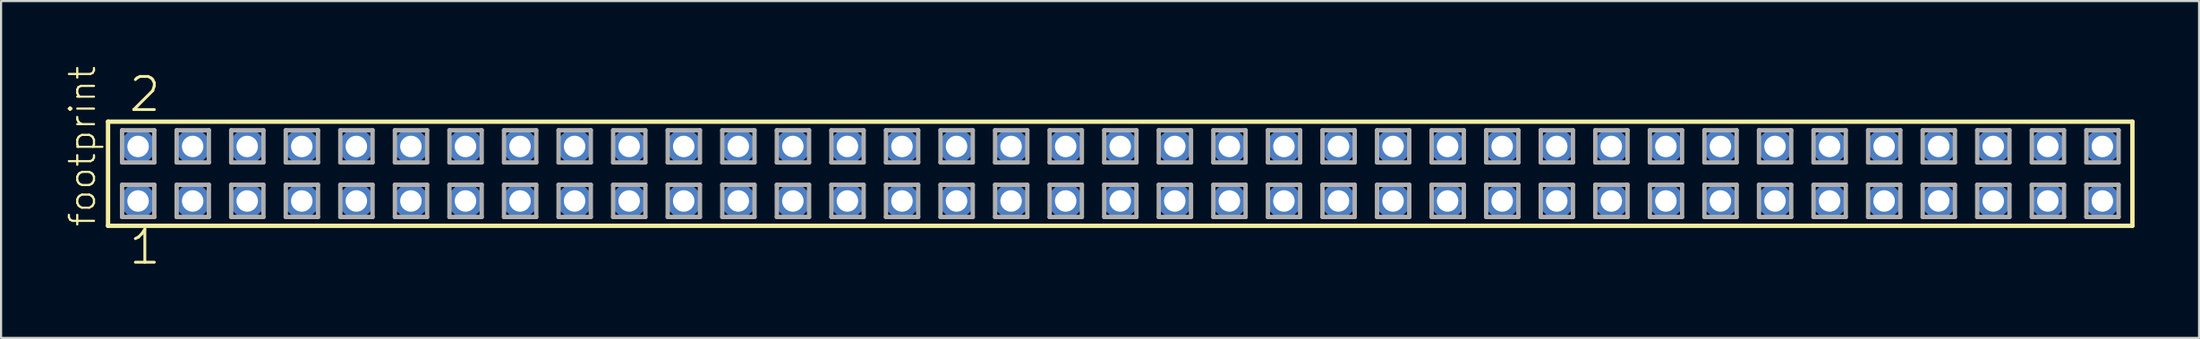
<source format=kicad_pcb>
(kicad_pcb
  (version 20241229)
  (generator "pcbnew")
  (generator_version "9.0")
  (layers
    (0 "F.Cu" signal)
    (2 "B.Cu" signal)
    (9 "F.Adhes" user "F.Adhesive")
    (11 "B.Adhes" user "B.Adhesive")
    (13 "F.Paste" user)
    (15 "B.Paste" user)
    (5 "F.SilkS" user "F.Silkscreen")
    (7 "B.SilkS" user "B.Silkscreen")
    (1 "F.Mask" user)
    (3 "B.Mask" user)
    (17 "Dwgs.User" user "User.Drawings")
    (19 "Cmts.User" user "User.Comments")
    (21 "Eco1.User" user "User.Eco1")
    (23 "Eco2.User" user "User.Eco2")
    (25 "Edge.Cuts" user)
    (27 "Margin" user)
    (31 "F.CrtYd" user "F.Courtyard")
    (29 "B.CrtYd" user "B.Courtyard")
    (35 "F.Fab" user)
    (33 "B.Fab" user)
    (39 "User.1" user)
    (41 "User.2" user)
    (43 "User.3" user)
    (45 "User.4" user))
  (footprint "footprint"
    (layer "F.Cu")
    (at 49.098 5.042)
    (property "Reference" "footprint" (at -47.625 2.54 90) (layer "F.SilkS") (effects (font (size 1.168 1.168) (thickness 0.102)) (justify left bottom)))
    (fp_line (start -47.119 -2.425) (end 47.119 -2.425) (stroke (width 0.203) (type solid)) (layer "F.SilkS"))
    (fp_line (start -47.119 2.425) (end -47.119 -2.425) (stroke (width 0.203) (type solid)) (layer "F.SilkS"))
    (fp_line (start 47.119 -2.425) (end 47.119 2.425) (stroke (width 0.203) (type solid)) (layer "F.SilkS"))
    (fp_line (start 47.119 2.425) (end -47.119 2.425) (stroke (width 0.203) (type solid)) (layer "F.SilkS"))
    (fp_line (start -46.465 -2.025) (end -44.965 -2.025) (stroke (width 0.203) (type solid)) (layer "F.Fab"))
    (fp_line (start -46.465 -0.525) (end -46.465 -2.025) (stroke (width 0.203) (type solid)) (layer "F.Fab"))
    (fp_line (start -46.465 0.515) (end -44.965 0.515) (stroke (width 0.203) (type solid)) (layer "F.Fab"))
    (fp_line (start -46.465 2.015) (end -46.465 0.515) (stroke (width 0.203) (type solid)) (layer "F.Fab"))
    (fp_line (start -44.965 -2.025) (end -44.965 -0.525) (stroke (width 0.203) (type solid)) (layer "F.Fab"))
    (fp_line (start -44.965 -0.525) (end -46.465 -0.525) (stroke (width 0.203) (type solid)) (layer "F.Fab"))
    (fp_line (start -44.965 0.515) (end -44.965 2.015) (stroke (width 0.203) (type solid)) (layer "F.Fab"))
    (fp_line (start -44.965 2.015) (end -46.465 2.015) (stroke (width 0.203) (type solid)) (layer "F.Fab"))
    (fp_line (start -43.925 -2.025) (end -42.425 -2.025) (stroke (width 0.203) (type solid)) (layer "F.Fab"))
    (fp_line (start -43.925 -0.525) (end -43.925 -2.025) (stroke (width 0.203) (type solid)) (layer "F.Fab"))
    (fp_line (start -43.925 0.515) (end -42.425 0.515) (stroke (width 0.203) (type solid)) (layer "F.Fab"))
    (fp_line (start -43.925 2.015) (end -43.925 0.515) (stroke (width 0.203) (type solid)) (layer "F.Fab"))
    (fp_line (start -42.425 -2.025) (end -42.425 -0.525) (stroke (width 0.203) (type solid)) (layer "F.Fab"))
    (fp_line (start -42.425 -0.525) (end -43.925 -0.525) (stroke (width 0.203) (type solid)) (layer "F.Fab"))
    (fp_line (start -42.425 0.515) (end -42.425 2.015) (stroke (width 0.203) (type solid)) (layer "F.Fab"))
    (fp_line (start -42.425 2.015) (end -43.925 2.015) (stroke (width 0.203) (type solid)) (layer "F.Fab"))
    (fp_line (start -41.385 -2.025) (end -39.885 -2.025) (stroke (width 0.203) (type solid)) (layer "F.Fab"))
    (fp_line (start -41.385 -0.525) (end -41.385 -2.025) (stroke (width 0.203) (type solid)) (layer "F.Fab"))
    (fp_line (start -41.385 0.515) (end -39.885 0.515) (stroke (width 0.203) (type solid)) (layer "F.Fab"))
    (fp_line (start -41.385 2.015) (end -41.385 0.515) (stroke (width 0.203) (type solid)) (layer "F.Fab"))
    (fp_line (start -39.885 -2.025) (end -39.885 -0.525) (stroke (width 0.203) (type solid)) (layer "F.Fab"))
    (fp_line (start -39.885 -0.525) (end -41.385 -0.525) (stroke (width 0.203) (type solid)) (layer "F.Fab"))
    (fp_line (start -39.885 0.515) (end -39.885 2.015) (stroke (width 0.203) (type solid)) (layer "F.Fab"))
    (fp_line (start -39.885 2.015) (end -41.385 2.015) (stroke (width 0.203) (type solid)) (layer "F.Fab"))
    (fp_line (start -38.845 -2.025) (end -37.345 -2.025) (stroke (width 0.203) (type solid)) (layer "F.Fab"))
    (fp_line (start -38.845 -0.525) (end -38.845 -2.025) (stroke (width 0.203) (type solid)) (layer "F.Fab"))
    (fp_line (start -38.845 0.515) (end -37.345 0.515) (stroke (width 0.203) (type solid)) (layer "F.Fab"))
    (fp_line (start -38.845 2.015) (end -38.845 0.515) (stroke (width 0.203) (type solid)) (layer "F.Fab"))
    (fp_line (start -37.345 -2.025) (end -37.345 -0.525) (stroke (width 0.203) (type solid)) (layer "F.Fab"))
    (fp_line (start -37.345 -0.525) (end -38.845 -0.525) (stroke (width 0.203) (type solid)) (layer "F.Fab"))
    (fp_line (start -37.345 0.515) (end -37.345 2.015) (stroke (width 0.203) (type solid)) (layer "F.Fab"))
    (fp_line (start -37.345 2.015) (end -38.845 2.015) (stroke (width 0.203) (type solid)) (layer "F.Fab"))
    (fp_line (start -36.305 -2.025) (end -34.805 -2.025) (stroke (width 0.203) (type solid)) (layer "F.Fab"))
    (fp_line (start -36.305 -0.525) (end -36.305 -2.025) (stroke (width 0.203) (type solid)) (layer "F.Fab"))
    (fp_line (start -36.305 0.515) (end -34.805 0.515) (stroke (width 0.203) (type solid)) (layer "F.Fab"))
    (fp_line (start -36.305 2.015) (end -36.305 0.515) (stroke (width 0.203) (type solid)) (layer "F.Fab"))
    (fp_line (start -34.805 -2.025) (end -34.805 -0.525) (stroke (width 0.203) (type solid)) (layer "F.Fab"))
    (fp_line (start -34.805 -0.525) (end -36.305 -0.525) (stroke (width 0.203) (type solid)) (layer "F.Fab"))
    (fp_line (start -34.805 0.515) (end -34.805 2.015) (stroke (width 0.203) (type solid)) (layer "F.Fab"))
    (fp_line (start -34.805 2.015) (end -36.305 2.015) (stroke (width 0.203) (type solid)) (layer "F.Fab"))
    (fp_line (start -33.765 -2.025) (end -32.265 -2.025) (stroke (width 0.203) (type solid)) (layer "F.Fab"))
    (fp_line (start -33.765 -0.525) (end -33.765 -2.025) (stroke (width 0.203) (type solid)) (layer "F.Fab"))
    (fp_line (start -33.765 0.515) (end -32.265 0.515) (stroke (width 0.203) (type solid)) (layer "F.Fab"))
    (fp_line (start -33.765 2.015) (end -33.765 0.515) (stroke (width 0.203) (type solid)) (layer "F.Fab"))
    (fp_line (start -32.265 -2.025) (end -32.265 -0.525) (stroke (width 0.203) (type solid)) (layer "F.Fab"))
    (fp_line (start -32.265 -0.525) (end -33.765 -0.525) (stroke (width 0.203) (type solid)) (layer "F.Fab"))
    (fp_line (start -32.265 0.515) (end -32.265 2.015) (stroke (width 0.203) (type solid)) (layer "F.Fab"))
    (fp_line (start -32.265 2.015) (end -33.765 2.015) (stroke (width 0.203) (type solid)) (layer "F.Fab"))
    (fp_line (start -31.225 -2.025) (end -29.725 -2.025) (stroke (width 0.203) (type solid)) (layer "F.Fab"))
    (fp_line (start -31.225 -0.525) (end -31.225 -2.025) (stroke (width 0.203) (type solid)) (layer "F.Fab"))
    (fp_line (start -31.225 0.515) (end -29.725 0.515) (stroke (width 0.203) (type solid)) (layer "F.Fab"))
    (fp_line (start -31.225 2.015) (end -31.225 0.515) (stroke (width 0.203) (type solid)) (layer "F.Fab"))
    (fp_line (start -29.725 -2.025) (end -29.725 -0.525) (stroke (width 0.203) (type solid)) (layer "F.Fab"))
    (fp_line (start -29.725 -0.525) (end -31.225 -0.525) (stroke (width 0.203) (type solid)) (layer "F.Fab"))
    (fp_line (start -29.725 0.515) (end -29.725 2.015) (stroke (width 0.203) (type solid)) (layer "F.Fab"))
    (fp_line (start -29.725 2.015) (end -31.225 2.015) (stroke (width 0.203) (type solid)) (layer "F.Fab"))
    (fp_line (start -28.685 -2.025) (end -27.185 -2.025) (stroke (width 0.203) (type solid)) (layer "F.Fab"))
    (fp_line (start -28.685 -0.525) (end -28.685 -2.025) (stroke (width 0.203) (type solid)) (layer "F.Fab"))
    (fp_line (start -28.685 0.515) (end -27.185 0.515) (stroke (width 0.203) (type solid)) (layer "F.Fab"))
    (fp_line (start -28.685 2.015) (end -28.685 0.515) (stroke (width 0.203) (type solid)) (layer "F.Fab"))
    (fp_line (start -27.185 -2.025) (end -27.185 -0.525) (stroke (width 0.203) (type solid)) (layer "F.Fab"))
    (fp_line (start -27.185 -0.525) (end -28.685 -0.525) (stroke (width 0.203) (type solid)) (layer "F.Fab"))
    (fp_line (start -27.185 0.515) (end -27.185 2.015) (stroke (width 0.203) (type solid)) (layer "F.Fab"))
    (fp_line (start -27.185 2.015) (end -28.685 2.015) (stroke (width 0.203) (type solid)) (layer "F.Fab"))
    (fp_line (start -26.145 -2.025) (end -24.645 -2.025) (stroke (width 0.203) (type solid)) (layer "F.Fab"))
    (fp_line (start -26.145 -0.525) (end -26.145 -2.025) (stroke (width 0.203) (type solid)) (layer "F.Fab"))
    (fp_line (start -26.145 0.515) (end -24.645 0.515) (stroke (width 0.203) (type solid)) (layer "F.Fab"))
    (fp_line (start -26.145 2.015) (end -26.145 0.515) (stroke (width 0.203) (type solid)) (layer "F.Fab"))
    (fp_line (start -24.645 -2.025) (end -24.645 -0.525) (stroke (width 0.203) (type solid)) (layer "F.Fab"))
    (fp_line (start -24.645 -0.525) (end -26.145 -0.525) (stroke (width 0.203) (type solid)) (layer "F.Fab"))
    (fp_line (start -24.645 0.515) (end -24.645 2.015) (stroke (width 0.203) (type solid)) (layer "F.Fab"))
    (fp_line (start -24.645 2.015) (end -26.145 2.015) (stroke (width 0.203) (type solid)) (layer "F.Fab"))
    (fp_line (start -23.605 -2.025) (end -22.105 -2.025) (stroke (width 0.203) (type solid)) (layer "F.Fab"))
    (fp_line (start -23.605 -0.525) (end -23.605 -2.025) (stroke (width 0.203) (type solid)) (layer "F.Fab"))
    (fp_line (start -23.605 0.515) (end -22.105 0.515) (stroke (width 0.203) (type solid)) (layer "F.Fab"))
    (fp_line (start -23.605 2.015) (end -23.605 0.515) (stroke (width 0.203) (type solid)) (layer "F.Fab"))
    (fp_line (start -22.105 -2.025) (end -22.105 -0.525) (stroke (width 0.203) (type solid)) (layer "F.Fab"))
    (fp_line (start -22.105 -0.525) (end -23.605 -0.525) (stroke (width 0.203) (type solid)) (layer "F.Fab"))
    (fp_line (start -22.105 0.515) (end -22.105 2.015) (stroke (width 0.203) (type solid)) (layer "F.Fab"))
    (fp_line (start -22.105 2.015) (end -23.605 2.015) (stroke (width 0.203) (type solid)) (layer "F.Fab"))
    (fp_line (start -21.065 -2.025) (end -19.565 -2.025) (stroke (width 0.203) (type solid)) (layer "F.Fab"))
    (fp_line (start -21.065 -0.525) (end -21.065 -2.025) (stroke (width 0.203) (type solid)) (layer "F.Fab"))
    (fp_line (start -21.065 0.515) (end -19.565 0.515) (stroke (width 0.203) (type solid)) (layer "F.Fab"))
    (fp_line (start -21.065 2.015) (end -21.065 0.515) (stroke (width 0.203) (type solid)) (layer "F.Fab"))
    (fp_line (start -19.565 -2.025) (end -19.565 -0.525) (stroke (width 0.203) (type solid)) (layer "F.Fab"))
    (fp_line (start -19.565 -0.525) (end -21.065 -0.525) (stroke (width 0.203) (type solid)) (layer "F.Fab"))
    (fp_line (start -19.565 0.515) (end -19.565 2.015) (stroke (width 0.203) (type solid)) (layer "F.Fab"))
    (fp_line (start -19.565 2.015) (end -21.065 2.015) (stroke (width 0.203) (type solid)) (layer "F.Fab"))
    (fp_line (start -18.525 -2.025) (end -17.025 -2.025) (stroke (width 0.203) (type solid)) (layer "F.Fab"))
    (fp_line (start -18.525 -0.525) (end -18.525 -2.025) (stroke (width 0.203) (type solid)) (layer "F.Fab"))
    (fp_line (start -18.525 0.515) (end -17.025 0.515) (stroke (width 0.203) (type solid)) (layer "F.Fab"))
    (fp_line (start -18.525 2.015) (end -18.525 0.515) (stroke (width 0.203) (type solid)) (layer "F.Fab"))
    (fp_line (start -17.025 -2.025) (end -17.025 -0.525) (stroke (width 0.203) (type solid)) (layer "F.Fab"))
    (fp_line (start -17.025 -0.525) (end -18.525 -0.525) (stroke (width 0.203) (type solid)) (layer "F.Fab"))
    (fp_line (start -17.025 0.515) (end -17.025 2.015) (stroke (width 0.203) (type solid)) (layer "F.Fab"))
    (fp_line (start -17.025 2.015) (end -18.525 2.015) (stroke (width 0.203) (type solid)) (layer "F.Fab"))
    (fp_line (start -15.985 -2.025) (end -14.485 -2.025) (stroke (width 0.203) (type solid)) (layer "F.Fab"))
    (fp_line (start -15.985 -0.525) (end -15.985 -2.025) (stroke (width 0.203) (type solid)) (layer "F.Fab"))
    (fp_line (start -15.985 0.515) (end -14.485 0.515) (stroke (width 0.203) (type solid)) (layer "F.Fab"))
    (fp_line (start -15.985 2.015) (end -15.985 0.515) (stroke (width 0.203) (type solid)) (layer "F.Fab"))
    (fp_line (start -14.485 -2.025) (end -14.485 -0.525) (stroke (width 0.203) (type solid)) (layer "F.Fab"))
    (fp_line (start -14.485 -0.525) (end -15.985 -0.525) (stroke (width 0.203) (type solid)) (layer "F.Fab"))
    (fp_line (start -14.485 0.515) (end -14.485 2.015) (stroke (width 0.203) (type solid)) (layer "F.Fab"))
    (fp_line (start -14.485 2.015) (end -15.985 2.015) (stroke (width 0.203) (type solid)) (layer "F.Fab"))
    (fp_line (start -13.445 -2.025) (end -11.945 -2.025) (stroke (width 0.203) (type solid)) (layer "F.Fab"))
    (fp_line (start -13.445 -0.525) (end -13.445 -2.025) (stroke (width 0.203) (type solid)) (layer "F.Fab"))
    (fp_line (start -13.445 0.515) (end -11.945 0.515) (stroke (width 0.203) (type solid)) (layer "F.Fab"))
    (fp_line (start -13.445 2.015) (end -13.445 0.515) (stroke (width 0.203) (type solid)) (layer "F.Fab"))
    (fp_line (start -11.945 -2.025) (end -11.945 -0.525) (stroke (width 0.203) (type solid)) (layer "F.Fab"))
    (fp_line (start -11.945 -0.525) (end -13.445 -0.525) (stroke (width 0.203) (type solid)) (layer "F.Fab"))
    (fp_line (start -11.945 0.515) (end -11.945 2.015) (stroke (width 0.203) (type solid)) (layer "F.Fab"))
    (fp_line (start -11.945 2.015) (end -13.445 2.015) (stroke (width 0.203) (type solid)) (layer "F.Fab"))
    (fp_line (start -10.905 -2.025) (end -9.405 -2.025) (stroke (width 0.203) (type solid)) (layer "F.Fab"))
    (fp_line (start -10.905 -0.525) (end -10.905 -2.025) (stroke (width 0.203) (type solid)) (layer "F.Fab"))
    (fp_line (start -10.905 0.515) (end -9.405 0.515) (stroke (width 0.203) (type solid)) (layer "F.Fab"))
    (fp_line (start -10.905 2.015) (end -10.905 0.515) (stroke (width 0.203) (type solid)) (layer "F.Fab"))
    (fp_line (start -9.405 -2.025) (end -9.405 -0.525) (stroke (width 0.203) (type solid)) (layer "F.Fab"))
    (fp_line (start -9.405 -0.525) (end -10.905 -0.525) (stroke (width 0.203) (type solid)) (layer "F.Fab"))
    (fp_line (start -9.405 0.515) (end -9.405 2.015) (stroke (width 0.203) (type solid)) (layer "F.Fab"))
    (fp_line (start -9.405 2.015) (end -10.905 2.015) (stroke (width 0.203) (type solid)) (layer "F.Fab"))
    (fp_line (start -8.365 -2.025) (end -6.865 -2.025) (stroke (width 0.203) (type solid)) (layer "F.Fab"))
    (fp_line (start -8.365 -0.525) (end -8.365 -2.025) (stroke (width 0.203) (type solid)) (layer "F.Fab"))
    (fp_line (start -8.365 0.515) (end -6.865 0.515) (stroke (width 0.203) (type solid)) (layer "F.Fab"))
    (fp_line (start -8.365 2.015) (end -8.365 0.515) (stroke (width 0.203) (type solid)) (layer "F.Fab"))
    (fp_line (start -6.865 -2.025) (end -6.865 -0.525) (stroke (width 0.203) (type solid)) (layer "F.Fab"))
    (fp_line (start -6.865 -0.525) (end -8.365 -0.525) (stroke (width 0.203) (type solid)) (layer "F.Fab"))
    (fp_line (start -6.865 0.515) (end -6.865 2.015) (stroke (width 0.203) (type solid)) (layer "F.Fab"))
    (fp_line (start -6.865 2.015) (end -8.365 2.015) (stroke (width 0.203) (type solid)) (layer "F.Fab"))
    (fp_line (start -5.825 -2.025) (end -4.325 -2.025) (stroke (width 0.203) (type solid)) (layer "F.Fab"))
    (fp_line (start -5.825 -0.525) (end -5.825 -2.025) (stroke (width 0.203) (type solid)) (layer "F.Fab"))
    (fp_line (start -5.825 0.515) (end -4.325 0.515) (stroke (width 0.203) (type solid)) (layer "F.Fab"))
    (fp_line (start -5.825 2.015) (end -5.825 0.515) (stroke (width 0.203) (type solid)) (layer "F.Fab"))
    (fp_line (start -4.325 -2.025) (end -4.325 -0.525) (stroke (width 0.203) (type solid)) (layer "F.Fab"))
    (fp_line (start -4.325 -0.525) (end -5.825 -0.525) (stroke (width 0.203) (type solid)) (layer "F.Fab"))
    (fp_line (start -4.325 0.515) (end -4.325 2.015) (stroke (width 0.203) (type solid)) (layer "F.Fab"))
    (fp_line (start -4.325 2.015) (end -5.825 2.015) (stroke (width 0.203) (type solid)) (layer "F.Fab"))
    (fp_line (start -3.285 -2.025) (end -1.785 -2.025) (stroke (width 0.203) (type solid)) (layer "F.Fab"))
    (fp_line (start -3.285 -0.525) (end -3.285 -2.025) (stroke (width 0.203) (type solid)) (layer "F.Fab"))
    (fp_line (start -3.285 0.515) (end -1.785 0.515) (stroke (width 0.203) (type solid)) (layer "F.Fab"))
    (fp_line (start -3.285 2.015) (end -3.285 0.515) (stroke (width 0.203) (type solid)) (layer "F.Fab"))
    (fp_line (start -1.785 -2.025) (end -1.785 -0.525) (stroke (width 0.203) (type solid)) (layer "F.Fab"))
    (fp_line (start -1.785 -0.525) (end -3.285 -0.525) (stroke (width 0.203) (type solid)) (layer "F.Fab"))
    (fp_line (start -1.785 0.515) (end -1.785 2.015) (stroke (width 0.203) (type solid)) (layer "F.Fab"))
    (fp_line (start -1.785 2.015) (end -3.285 2.015) (stroke (width 0.203) (type solid)) (layer "F.Fab"))
    (fp_line (start -0.745 -2.025) (end 0.755 -2.025) (stroke (width 0.203) (type solid)) (layer "F.Fab"))
    (fp_line (start -0.745 -0.525) (end -0.745 -2.025) (stroke (width 0.203) (type solid)) (layer "F.Fab"))
    (fp_line (start -0.745 0.515) (end 0.755 0.515) (stroke (width 0.203) (type solid)) (layer "F.Fab"))
    (fp_line (start -0.745 2.015) (end -0.745 0.515) (stroke (width 0.203) (type solid)) (layer "F.Fab"))
    (fp_line (start 0.755 -2.025) (end 0.755 -0.525) (stroke (width 0.203) (type solid)) (layer "F.Fab"))
    (fp_line (start 0.755 -0.525) (end -0.745 -0.525) (stroke (width 0.203) (type solid)) (layer "F.Fab"))
    (fp_line (start 0.755 0.515) (end 0.755 2.015) (stroke (width 0.203) (type solid)) (layer "F.Fab"))
    (fp_line (start 0.755 2.015) (end -0.745 2.015) (stroke (width 0.203) (type solid)) (layer "F.Fab"))
    (fp_line (start 1.795 -2.025) (end 3.295 -2.025) (stroke (width 0.203) (type solid)) (layer "F.Fab"))
    (fp_line (start 1.795 -0.525) (end 1.795 -2.025) (stroke (width 0.203) (type solid)) (layer "F.Fab"))
    (fp_line (start 1.795 0.515) (end 3.295 0.515) (stroke (width 0.203) (type solid)) (layer "F.Fab"))
    (fp_line (start 1.795 2.015) (end 1.795 0.515) (stroke (width 0.203) (type solid)) (layer "F.Fab"))
    (fp_line (start 3.295 -2.025) (end 3.295 -0.525) (stroke (width 0.203) (type solid)) (layer "F.Fab"))
    (fp_line (start 3.295 -0.525) (end 1.795 -0.525) (stroke (width 0.203) (type solid)) (layer "F.Fab"))
    (fp_line (start 3.295 0.515) (end 3.295 2.015) (stroke (width 0.203) (type solid)) (layer "F.Fab"))
    (fp_line (start 3.295 2.015) (end 1.795 2.015) (stroke (width 0.203) (type solid)) (layer "F.Fab"))
    (fp_line (start 4.335 -2.025) (end 5.835 -2.025) (stroke (width 0.203) (type solid)) (layer "F.Fab"))
    (fp_line (start 4.335 -0.525) (end 4.335 -2.025) (stroke (width 0.203) (type solid)) (layer "F.Fab"))
    (fp_line (start 4.335 0.515) (end 5.835 0.515) (stroke (width 0.203) (type solid)) (layer "F.Fab"))
    (fp_line (start 4.335 2.015) (end 4.335 0.515) (stroke (width 0.203) (type solid)) (layer "F.Fab"))
    (fp_line (start 5.835 -2.025) (end 5.835 -0.525) (stroke (width 0.203) (type solid)) (layer "F.Fab"))
    (fp_line (start 5.835 -0.525) (end 4.335 -0.525) (stroke (width 0.203) (type solid)) (layer "F.Fab"))
    (fp_line (start 5.835 0.515) (end 5.835 2.015) (stroke (width 0.203) (type solid)) (layer "F.Fab"))
    (fp_line (start 5.835 2.015) (end 4.335 2.015) (stroke (width 0.203) (type solid)) (layer "F.Fab"))
    (fp_line (start 6.875 -2.025) (end 8.375 -2.025) (stroke (width 0.203) (type solid)) (layer "F.Fab"))
    (fp_line (start 6.875 -0.525) (end 6.875 -2.025) (stroke (width 0.203) (type solid)) (layer "F.Fab"))
    (fp_line (start 6.875 0.515) (end 8.375 0.515) (stroke (width 0.203) (type solid)) (layer "F.Fab"))
    (fp_line (start 6.875 2.015) (end 6.875 0.515) (stroke (width 0.203) (type solid)) (layer "F.Fab"))
    (fp_line (start 8.375 -2.025) (end 8.375 -0.525) (stroke (width 0.203) (type solid)) (layer "F.Fab"))
    (fp_line (start 8.375 -0.525) (end 6.875 -0.525) (stroke (width 0.203) (type solid)) (layer "F.Fab"))
    (fp_line (start 8.375 0.515) (end 8.375 2.015) (stroke (width 0.203) (type solid)) (layer "F.Fab"))
    (fp_line (start 8.375 2.015) (end 6.875 2.015) (stroke (width 0.203) (type solid)) (layer "F.Fab"))
    (fp_line (start 9.415 -2.025) (end 10.915 -2.025) (stroke (width 0.203) (type solid)) (layer "F.Fab"))
    (fp_line (start 9.415 -0.525) (end 9.415 -2.025) (stroke (width 0.203) (type solid)) (layer "F.Fab"))
    (fp_line (start 9.415 0.515) (end 10.915 0.515) (stroke (width 0.203) (type solid)) (layer "F.Fab"))
    (fp_line (start 9.415 2.015) (end 9.415 0.515) (stroke (width 0.203) (type solid)) (layer "F.Fab"))
    (fp_line (start 10.915 -2.025) (end 10.915 -0.525) (stroke (width 0.203) (type solid)) (layer "F.Fab"))
    (fp_line (start 10.915 -0.525) (end 9.415 -0.525) (stroke (width 0.203) (type solid)) (layer "F.Fab"))
    (fp_line (start 10.915 0.515) (end 10.915 2.015) (stroke (width 0.203) (type solid)) (layer "F.Fab"))
    (fp_line (start 10.915 2.015) (end 9.415 2.015) (stroke (width 0.203) (type solid)) (layer "F.Fab"))
    (fp_line (start 11.955 -2.025) (end 13.455 -2.025) (stroke (width 0.203) (type solid)) (layer "F.Fab"))
    (fp_line (start 11.955 -0.525) (end 11.955 -2.025) (stroke (width 0.203) (type solid)) (layer "F.Fab"))
    (fp_line (start 11.955 0.515) (end 13.455 0.515) (stroke (width 0.203) (type solid)) (layer "F.Fab"))
    (fp_line (start 11.955 2.015) (end 11.955 0.515) (stroke (width 0.203) (type solid)) (layer "F.Fab"))
    (fp_line (start 13.455 -2.025) (end 13.455 -0.525) (stroke (width 0.203) (type solid)) (layer "F.Fab"))
    (fp_line (start 13.455 -0.525) (end 11.955 -0.525) (stroke (width 0.203) (type solid)) (layer "F.Fab"))
    (fp_line (start 13.455 0.515) (end 13.455 2.015) (stroke (width 0.203) (type solid)) (layer "F.Fab"))
    (fp_line (start 13.455 2.015) (end 11.955 2.015) (stroke (width 0.203) (type solid)) (layer "F.Fab"))
    (fp_line (start 14.495 -2.025) (end 15.995 -2.025) (stroke (width 0.203) (type solid)) (layer "F.Fab"))
    (fp_line (start 14.495 -0.525) (end 14.495 -2.025) (stroke (width 0.203) (type solid)) (layer "F.Fab"))
    (fp_line (start 14.495 0.515) (end 15.995 0.515) (stroke (width 0.203) (type solid)) (layer "F.Fab"))
    (fp_line (start 14.495 2.015) (end 14.495 0.515) (stroke (width 0.203) (type solid)) (layer "F.Fab"))
    (fp_line (start 15.995 -2.025) (end 15.995 -0.525) (stroke (width 0.203) (type solid)) (layer "F.Fab"))
    (fp_line (start 15.995 -0.525) (end 14.495 -0.525) (stroke (width 0.203) (type solid)) (layer "F.Fab"))
    (fp_line (start 15.995 0.515) (end 15.995 2.015) (stroke (width 0.203) (type solid)) (layer "F.Fab"))
    (fp_line (start 15.995 2.015) (end 14.495 2.015) (stroke (width 0.203) (type solid)) (layer "F.Fab"))
    (fp_line (start 17.035 -2.025) (end 18.535 -2.025) (stroke (width 0.203) (type solid)) (layer "F.Fab"))
    (fp_line (start 17.035 -0.525) (end 17.035 -2.025) (stroke (width 0.203) (type solid)) (layer "F.Fab"))
    (fp_line (start 17.035 0.515) (end 18.535 0.515) (stroke (width 0.203) (type solid)) (layer "F.Fab"))
    (fp_line (start 17.035 2.015) (end 17.035 0.515) (stroke (width 0.203) (type solid)) (layer "F.Fab"))
    (fp_line (start 18.535 -2.025) (end 18.535 -0.525) (stroke (width 0.203) (type solid)) (layer "F.Fab"))
    (fp_line (start 18.535 -0.525) (end 17.035 -0.525) (stroke (width 0.203) (type solid)) (layer "F.Fab"))
    (fp_line (start 18.535 0.515) (end 18.535 2.015) (stroke (width 0.203) (type solid)) (layer "F.Fab"))
    (fp_line (start 18.535 2.015) (end 17.035 2.015) (stroke (width 0.203) (type solid)) (layer "F.Fab"))
    (fp_line (start 19.575 -2.025) (end 21.075 -2.025) (stroke (width 0.203) (type solid)) (layer "F.Fab"))
    (fp_line (start 19.575 -0.525) (end 19.575 -2.025) (stroke (width 0.203) (type solid)) (layer "F.Fab"))
    (fp_line (start 19.575 0.515) (end 21.075 0.515) (stroke (width 0.203) (type solid)) (layer "F.Fab"))
    (fp_line (start 19.575 2.015) (end 19.575 0.515) (stroke (width 0.203) (type solid)) (layer "F.Fab"))
    (fp_line (start 21.075 -2.025) (end 21.075 -0.525) (stroke (width 0.203) (type solid)) (layer "F.Fab"))
    (fp_line (start 21.075 -0.525) (end 19.575 -0.525) (stroke (width 0.203) (type solid)) (layer "F.Fab"))
    (fp_line (start 21.075 0.515) (end 21.075 2.015) (stroke (width 0.203) (type solid)) (layer "F.Fab"))
    (fp_line (start 21.075 2.015) (end 19.575 2.015) (stroke (width 0.203) (type solid)) (layer "F.Fab"))
    (fp_line (start 22.115 -2.025) (end 23.615 -2.025) (stroke (width 0.203) (type solid)) (layer "F.Fab"))
    (fp_line (start 22.115 -0.525) (end 22.115 -2.025) (stroke (width 0.203) (type solid)) (layer "F.Fab"))
    (fp_line (start 22.115 0.515) (end 23.615 0.515) (stroke (width 0.203) (type solid)) (layer "F.Fab"))
    (fp_line (start 22.115 2.015) (end 22.115 0.515) (stroke (width 0.203) (type solid)) (layer "F.Fab"))
    (fp_line (start 23.615 -2.025) (end 23.615 -0.525) (stroke (width 0.203) (type solid)) (layer "F.Fab"))
    (fp_line (start 23.615 -0.525) (end 22.115 -0.525) (stroke (width 0.203) (type solid)) (layer "F.Fab"))
    (fp_line (start 23.615 0.515) (end 23.615 2.015) (stroke (width 0.203) (type solid)) (layer "F.Fab"))
    (fp_line (start 23.615 2.015) (end 22.115 2.015) (stroke (width 0.203) (type solid)) (layer "F.Fab"))
    (fp_line (start 24.655 -2.025) (end 26.155 -2.025) (stroke (width 0.203) (type solid)) (layer "F.Fab"))
    (fp_line (start 24.655 -0.525) (end 24.655 -2.025) (stroke (width 0.203) (type solid)) (layer "F.Fab"))
    (fp_line (start 24.655 0.515) (end 26.155 0.515) (stroke (width 0.203) (type solid)) (layer "F.Fab"))
    (fp_line (start 24.655 2.015) (end 24.655 0.515) (stroke (width 0.203) (type solid)) (layer "F.Fab"))
    (fp_line (start 26.155 -2.025) (end 26.155 -0.525) (stroke (width 0.203) (type solid)) (layer "F.Fab"))
    (fp_line (start 26.155 -0.525) (end 24.655 -0.525) (stroke (width 0.203) (type solid)) (layer "F.Fab"))
    (fp_line (start 26.155 0.515) (end 26.155 2.015) (stroke (width 0.203) (type solid)) (layer "F.Fab"))
    (fp_line (start 26.155 2.015) (end 24.655 2.015) (stroke (width 0.203) (type solid)) (layer "F.Fab"))
    (fp_line (start 27.195 -2.025) (end 28.695 -2.025) (stroke (width 0.203) (type solid)) (layer "F.Fab"))
    (fp_line (start 27.195 -0.525) (end 27.195 -2.025) (stroke (width 0.203) (type solid)) (layer "F.Fab"))
    (fp_line (start 27.195 0.515) (end 28.695 0.515) (stroke (width 0.203) (type solid)) (layer "F.Fab"))
    (fp_line (start 27.195 2.015) (end 27.195 0.515) (stroke (width 0.203) (type solid)) (layer "F.Fab"))
    (fp_line (start 28.695 -2.025) (end 28.695 -0.525) (stroke (width 0.203) (type solid)) (layer "F.Fab"))
    (fp_line (start 28.695 -0.525) (end 27.195 -0.525) (stroke (width 0.203) (type solid)) (layer "F.Fab"))
    (fp_line (start 28.695 0.515) (end 28.695 2.015) (stroke (width 0.203) (type solid)) (layer "F.Fab"))
    (fp_line (start 28.695 2.015) (end 27.195 2.015) (stroke (width 0.203) (type solid)) (layer "F.Fab"))
    (fp_line (start 29.735 -2.025) (end 31.235 -2.025) (stroke (width 0.203) (type solid)) (layer "F.Fab"))
    (fp_line (start 29.735 -0.525) (end 29.735 -2.025) (stroke (width 0.203) (type solid)) (layer "F.Fab"))
    (fp_line (start 29.735 0.515) (end 31.235 0.515) (stroke (width 0.203) (type solid)) (layer "F.Fab"))
    (fp_line (start 29.735 2.015) (end 29.735 0.515) (stroke (width 0.203) (type solid)) (layer "F.Fab"))
    (fp_line (start 31.235 -2.025) (end 31.235 -0.525) (stroke (width 0.203) (type solid)) (layer "F.Fab"))
    (fp_line (start 31.235 -0.525) (end 29.735 -0.525) (stroke (width 0.203) (type solid)) (layer "F.Fab"))
    (fp_line (start 31.235 0.515) (end 31.235 2.015) (stroke (width 0.203) (type solid)) (layer "F.Fab"))
    (fp_line (start 31.235 2.015) (end 29.735 2.015) (stroke (width 0.203) (type solid)) (layer "F.Fab"))
    (fp_line (start 32.275 -2.025) (end 33.775 -2.025) (stroke (width 0.203) (type solid)) (layer "F.Fab"))
    (fp_line (start 32.275 -0.525) (end 32.275 -2.025) (stroke (width 0.203) (type solid)) (layer "F.Fab"))
    (fp_line (start 32.275 0.515) (end 33.775 0.515) (stroke (width 0.203) (type solid)) (layer "F.Fab"))
    (fp_line (start 32.275 2.015) (end 32.275 0.515) (stroke (width 0.203) (type solid)) (layer "F.Fab"))
    (fp_line (start 33.775 -2.025) (end 33.775 -0.525) (stroke (width 0.203) (type solid)) (layer "F.Fab"))
    (fp_line (start 33.775 -0.525) (end 32.275 -0.525) (stroke (width 0.203) (type solid)) (layer "F.Fab"))
    (fp_line (start 33.775 0.515) (end 33.775 2.015) (stroke (width 0.203) (type solid)) (layer "F.Fab"))
    (fp_line (start 33.775 2.015) (end 32.275 2.015) (stroke (width 0.203) (type solid)) (layer "F.Fab"))
    (fp_line (start 34.815 -2.025) (end 36.315 -2.025) (stroke (width 0.203) (type solid)) (layer "F.Fab"))
    (fp_line (start 34.815 -0.525) (end 34.815 -2.025) (stroke (width 0.203) (type solid)) (layer "F.Fab"))
    (fp_line (start 34.815 0.515) (end 36.315 0.515) (stroke (width 0.203) (type solid)) (layer "F.Fab"))
    (fp_line (start 34.815 2.015) (end 34.815 0.515) (stroke (width 0.203) (type solid)) (layer "F.Fab"))
    (fp_line (start 36.315 -2.025) (end 36.315 -0.525) (stroke (width 0.203) (type solid)) (layer "F.Fab"))
    (fp_line (start 36.315 -0.525) (end 34.815 -0.525) (stroke (width 0.203) (type solid)) (layer "F.Fab"))
    (fp_line (start 36.315 0.515) (end 36.315 2.015) (stroke (width 0.203) (type solid)) (layer "F.Fab"))
    (fp_line (start 36.315 2.015) (end 34.815 2.015) (stroke (width 0.203) (type solid)) (layer "F.Fab"))
    (fp_line (start 37.355 -2.025) (end 38.855 -2.025) (stroke (width 0.203) (type solid)) (layer "F.Fab"))
    (fp_line (start 37.355 -0.525) (end 37.355 -2.025) (stroke (width 0.203) (type solid)) (layer "F.Fab"))
    (fp_line (start 37.355 0.515) (end 38.855 0.515) (stroke (width 0.203) (type solid)) (layer "F.Fab"))
    (fp_line (start 37.355 2.015) (end 37.355 0.515) (stroke (width 0.203) (type solid)) (layer "F.Fab"))
    (fp_line (start 38.855 -2.025) (end 38.855 -0.525) (stroke (width 0.203) (type solid)) (layer "F.Fab"))
    (fp_line (start 38.855 -0.525) (end 37.355 -0.525) (stroke (width 0.203) (type solid)) (layer "F.Fab"))
    (fp_line (start 38.855 0.515) (end 38.855 2.015) (stroke (width 0.203) (type solid)) (layer "F.Fab"))
    (fp_line (start 38.855 2.015) (end 37.355 2.015) (stroke (width 0.203) (type solid)) (layer "F.Fab"))
    (fp_line (start 39.895 -2.025) (end 41.395 -2.025) (stroke (width 0.203) (type solid)) (layer "F.Fab"))
    (fp_line (start 39.895 -0.525) (end 39.895 -2.025) (stroke (width 0.203) (type solid)) (layer "F.Fab"))
    (fp_line (start 39.895 0.515) (end 41.395 0.515) (stroke (width 0.203) (type solid)) (layer "F.Fab"))
    (fp_line (start 39.895 2.015) (end 39.895 0.515) (stroke (width 0.203) (type solid)) (layer "F.Fab"))
    (fp_line (start 41.395 -2.025) (end 41.395 -0.525) (stroke (width 0.203) (type solid)) (layer "F.Fab"))
    (fp_line (start 41.395 -0.525) (end 39.895 -0.525) (stroke (width 0.203) (type solid)) (layer "F.Fab"))
    (fp_line (start 41.395 0.515) (end 41.395 2.015) (stroke (width 0.203) (type solid)) (layer "F.Fab"))
    (fp_line (start 41.395 2.015) (end 39.895 2.015) (stroke (width 0.203) (type solid)) (layer "F.Fab"))
    (fp_line (start 42.435 -2.025) (end 43.935 -2.025) (stroke (width 0.203) (type solid)) (layer "F.Fab"))
    (fp_line (start 42.435 -0.525) (end 42.435 -2.025) (stroke (width 0.203) (type solid)) (layer "F.Fab"))
    (fp_line (start 42.435 0.515) (end 43.935 0.515) (stroke (width 0.203) (type solid)) (layer "F.Fab"))
    (fp_line (start 42.435 2.015) (end 42.435 0.515) (stroke (width 0.203) (type solid)) (layer "F.Fab"))
    (fp_line (start 43.935 -2.025) (end 43.935 -0.525) (stroke (width 0.203) (type solid)) (layer "F.Fab"))
    (fp_line (start 43.935 -0.525) (end 42.435 -0.525) (stroke (width 0.203) (type solid)) (layer "F.Fab"))
    (fp_line (start 43.935 0.515) (end 43.935 2.015) (stroke (width 0.203) (type solid)) (layer "F.Fab"))
    (fp_line (start 43.935 2.015) (end 42.435 2.015) (stroke (width 0.203) (type solid)) (layer "F.Fab"))
    (fp_line (start 44.975 -2.025) (end 46.475 -2.025) (stroke (width 0.203) (type solid)) (layer "F.Fab"))
    (fp_line (start 44.975 -0.525) (end 44.975 -2.025) (stroke (width 0.203) (type solid)) (layer "F.Fab"))
    (fp_line (start 44.975 0.515) (end 46.475 0.515) (stroke (width 0.203) (type solid)) (layer "F.Fab"))
    (fp_line (start 44.975 2.015) (end 44.975 0.515) (stroke (width 0.203) (type solid)) (layer "F.Fab"))
    (fp_line (start 46.475 -2.025) (end 46.475 -0.525) (stroke (width 0.203) (type solid)) (layer "F.Fab"))
    (fp_line (start 46.475 -0.525) (end 44.975 -0.525) (stroke (width 0.203) (type solid)) (layer "F.Fab"))
    (fp_line (start 46.475 0.515) (end 46.475 2.015) (stroke (width 0.203) (type solid)) (layer "F.Fab"))
    (fp_line (start 46.475 2.015) (end 44.975 2.015) (stroke (width 0.203) (type solid)) (layer "F.Fab"))
    (fp_text user "1" (at -46.228 4.318 0) (layer "F.SilkS") (effects (font (size 1.542 1.542) (thickness 0.134)) (justify left bottom)))
    (fp_text user "2" (at -46.228 -2.794 0) (layer "F.SilkS") (effects (font (size 1.542 1.542) (thickness 0.134)) (justify left bottom)))
    (pad "1" thru_hole roundrect (at -45.72 1.27) (size 1.5 1.5) (drill 1) (layers "*.Cu" "*.Mask") (roundrect_rratio 0.25) (chamfer_ratio 0.25) (chamfer top_left top_right bottom_left bottom_right))
    (pad "2" thru_hole roundrect (at -45.72 -1.27) (size 1.5 1.5) (drill 1) (layers "*.Cu" "*.Mask") (roundrect_rratio 0.25) (chamfer_ratio 0.25) (chamfer top_left top_right bottom_left bottom_right))
    (pad "3" thru_hole roundrect (at -43.18 1.27) (size 1.5 1.5) (drill 1) (layers "*.Cu" "*.Mask") (roundrect_rratio 0.25) (chamfer_ratio 0.25) (chamfer top_left top_right bottom_left bottom_right))
    (pad "4" thru_hole roundrect (at -43.18 -1.27) (size 1.5 1.5) (drill 1) (layers "*.Cu" "*.Mask") (roundrect_rratio 0.25) (chamfer_ratio 0.25) (chamfer top_left top_right bottom_left bottom_right))
    (pad "5" thru_hole roundrect (at -40.64 1.27) (size 1.5 1.5) (drill 1) (layers "*.Cu" "*.Mask") (roundrect_rratio 0.25) (chamfer_ratio 0.25) (chamfer top_left top_right bottom_left bottom_right))
    (pad "6" thru_hole roundrect (at -40.64 -1.27) (size 1.5 1.5) (drill 1) (layers "*.Cu" "*.Mask") (roundrect_rratio 0.25) (chamfer_ratio 0.25) (chamfer top_left top_right bottom_left bottom_right))
    (pad "7" thru_hole roundrect (at -38.1 1.27) (size 1.5 1.5) (drill 1) (layers "*.Cu" "*.Mask") (roundrect_rratio 0.25) (chamfer_ratio 0.25) (chamfer top_left top_right bottom_left bottom_right))
    (pad "8" thru_hole roundrect (at -38.1 -1.27) (size 1.5 1.5) (drill 1) (layers "*.Cu" "*.Mask") (roundrect_rratio 0.25) (chamfer_ratio 0.25) (chamfer top_left top_right bottom_left bottom_right))
    (pad "9" thru_hole roundrect (at -35.56 1.27) (size 1.5 1.5) (drill 1) (layers "*.Cu" "*.Mask") (roundrect_rratio 0.25) (chamfer_ratio 0.25) (chamfer top_left top_right bottom_left bottom_right))
    (pad "10" thru_hole roundrect (at -35.56 -1.27) (size 1.5 1.5) (drill 1) (layers "*.Cu" "*.Mask") (roundrect_rratio 0.25) (chamfer_ratio 0.25) (chamfer top_left top_right bottom_left bottom_right))
    (pad "11" thru_hole roundrect (at -33.02 1.27) (size 1.5 1.5) (drill 1) (layers "*.Cu" "*.Mask") (roundrect_rratio 0.25) (chamfer_ratio 0.25) (chamfer top_left top_right bottom_left bottom_right))
    (pad "12" thru_hole roundrect (at -33.02 -1.27) (size 1.5 1.5) (drill 1) (layers "*.Cu" "*.Mask") (roundrect_rratio 0.25) (chamfer_ratio 0.25) (chamfer top_left top_right bottom_left bottom_right))
    (pad "13" thru_hole roundrect (at -30.48 1.27) (size 1.5 1.5) (drill 1) (layers "*.Cu" "*.Mask") (roundrect_rratio 0.25) (chamfer_ratio 0.25) (chamfer top_left top_right bottom_left bottom_right))
    (pad "14" thru_hole roundrect (at -30.48 -1.27) (size 1.5 1.5) (drill 1) (layers "*.Cu" "*.Mask") (roundrect_rratio 0.25) (chamfer_ratio 0.25) (chamfer top_left top_right bottom_left bottom_right))
    (pad "15" thru_hole roundrect (at -27.94 1.27) (size 1.5 1.5) (drill 1) (layers "*.Cu" "*.Mask") (roundrect_rratio 0.25) (chamfer_ratio 0.25) (chamfer top_left top_right bottom_left bottom_right))
    (pad "16" thru_hole roundrect (at -27.94 -1.27) (size 1.5 1.5) (drill 1) (layers "*.Cu" "*.Mask") (roundrect_rratio 0.25) (chamfer_ratio 0.25) (chamfer top_left top_right bottom_left bottom_right))
    (pad "17" thru_hole roundrect (at -25.4 1.27) (size 1.5 1.5) (drill 1) (layers "*.Cu" "*.Mask") (roundrect_rratio 0.25) (chamfer_ratio 0.25) (chamfer top_left top_right bottom_left bottom_right))
    (pad "18" thru_hole roundrect (at -25.4 -1.27) (size 1.5 1.5) (drill 1) (layers "*.Cu" "*.Mask") (roundrect_rratio 0.25) (chamfer_ratio 0.25) (chamfer top_left top_right bottom_left bottom_right))
    (pad "19" thru_hole roundrect (at -22.86 1.27) (size 1.5 1.5) (drill 1) (layers "*.Cu" "*.Mask") (roundrect_rratio 0.25) (chamfer_ratio 0.25) (chamfer top_left top_right bottom_left bottom_right))
    (pad "20" thru_hole roundrect (at -22.86 -1.27) (size 1.5 1.5) (drill 1) (layers "*.Cu" "*.Mask") (roundrect_rratio 0.25) (chamfer_ratio 0.25) (chamfer top_left top_right bottom_left bottom_right))
    (pad "21" thru_hole roundrect (at -20.32 1.27) (size 1.5 1.5) (drill 1) (layers "*.Cu" "*.Mask") (roundrect_rratio 0.25) (chamfer_ratio 0.25) (chamfer top_left top_right bottom_left bottom_right))
    (pad "22" thru_hole roundrect (at -20.32 -1.27) (size 1.5 1.5) (drill 1) (layers "*.Cu" "*.Mask") (roundrect_rratio 0.25) (chamfer_ratio 0.25) (chamfer top_left top_right bottom_left bottom_right))
    (pad "23" thru_hole roundrect (at -17.78 1.27) (size 1.5 1.5) (drill 1) (layers "*.Cu" "*.Mask") (roundrect_rratio 0.25) (chamfer_ratio 0.25) (chamfer top_left top_right bottom_left bottom_right))
    (pad "24" thru_hole roundrect (at -17.78 -1.27) (size 1.5 1.5) (drill 1) (layers "*.Cu" "*.Mask") (roundrect_rratio 0.25) (chamfer_ratio 0.25) (chamfer top_left top_right bottom_left bottom_right))
    (pad "25" thru_hole roundrect (at -15.24 1.27) (size 1.5 1.5) (drill 1) (layers "*.Cu" "*.Mask") (roundrect_rratio 0.25) (chamfer_ratio 0.25) (chamfer top_left top_right bottom_left bottom_right))
    (pad "26" thru_hole roundrect (at -15.24 -1.27) (size 1.5 1.5) (drill 1) (layers "*.Cu" "*.Mask") (roundrect_rratio 0.25) (chamfer_ratio 0.25) (chamfer top_left top_right bottom_left bottom_right))
    (pad "27" thru_hole roundrect (at -12.7 1.27) (size 1.5 1.5) (drill 1) (layers "*.Cu" "*.Mask") (roundrect_rratio 0.25) (chamfer_ratio 0.25) (chamfer top_left top_right bottom_left bottom_right))
    (pad "28" thru_hole roundrect (at -12.7 -1.27) (size 1.5 1.5) (drill 1) (layers "*.Cu" "*.Mask") (roundrect_rratio 0.25) (chamfer_ratio 0.25) (chamfer top_left top_right bottom_left bottom_right))
    (pad "29" thru_hole roundrect (at -10.16 1.27) (size 1.5 1.5) (drill 1) (layers "*.Cu" "*.Mask") (roundrect_rratio 0.25) (chamfer_ratio 0.25) (chamfer top_left top_right bottom_left bottom_right))
    (pad "30" thru_hole roundrect (at -10.16 -1.27) (size 1.5 1.5) (drill 1) (layers "*.Cu" "*.Mask") (roundrect_rratio 0.25) (chamfer_ratio 0.25) (chamfer top_left top_right bottom_left bottom_right))
    (pad "31" thru_hole roundrect (at -7.62 1.27) (size 1.5 1.5) (drill 1) (layers "*.Cu" "*.Mask") (roundrect_rratio 0.25) (chamfer_ratio 0.25) (chamfer top_left top_right bottom_left bottom_right))
    (pad "32" thru_hole roundrect (at -7.62 -1.27) (size 1.5 1.5) (drill 1) (layers "*.Cu" "*.Mask") (roundrect_rratio 0.25) (chamfer_ratio 0.25) (chamfer top_left top_right bottom_left bottom_right))
    (pad "33" thru_hole roundrect (at -5.08 1.27) (size 1.5 1.5) (drill 1) (layers "*.Cu" "*.Mask") (roundrect_rratio 0.25) (chamfer_ratio 0.25) (chamfer top_left top_right bottom_left bottom_right))
    (pad "34" thru_hole roundrect (at -5.08 -1.27) (size 1.5 1.5) (drill 1) (layers "*.Cu" "*.Mask") (roundrect_rratio 0.25) (chamfer_ratio 0.25) (chamfer top_left top_right bottom_left bottom_right))
    (pad "35" thru_hole roundrect (at -2.54 1.27) (size 1.5 1.5) (drill 1) (layers "*.Cu" "*.Mask") (roundrect_rratio 0.25) (chamfer_ratio 0.25) (chamfer top_left top_right bottom_left bottom_right))
    (pad "36" thru_hole roundrect (at -2.54 -1.27) (size 1.5 1.5) (drill 1) (layers "*.Cu" "*.Mask") (roundrect_rratio 0.25) (chamfer_ratio 0.25) (chamfer top_left top_right bottom_left bottom_right))
    (pad "37" thru_hole roundrect (at 0 1.27) (size 1.5 1.5) (drill 1) (layers "*.Cu" "*.Mask") (roundrect_rratio 0.25) (chamfer_ratio 0.25) (chamfer top_left top_right bottom_left bottom_right))
    (pad "38" thru_hole roundrect (at 0 -1.27) (size 1.5 1.5) (drill 1) (layers "*.Cu" "*.Mask") (roundrect_rratio 0.25) (chamfer_ratio 0.25) (chamfer top_left top_right bottom_left bottom_right))
    (pad "39" thru_hole roundrect (at 2.54 1.27) (size 1.5 1.5) (drill 1) (layers "*.Cu" "*.Mask") (roundrect_rratio 0.25) (chamfer_ratio 0.25) (chamfer top_left top_right bottom_left bottom_right))
    (pad "40" thru_hole roundrect (at 2.54 -1.27) (size 1.5 1.5) (drill 1) (layers "*.Cu" "*.Mask") (roundrect_rratio 0.25) (chamfer_ratio 0.25) (chamfer top_left top_right bottom_left bottom_right))
    (pad "41" thru_hole roundrect (at 5.08 1.27) (size 1.5 1.5) (drill 1) (layers "*.Cu" "*.Mask") (roundrect_rratio 0.25) (chamfer_ratio 0.25) (chamfer top_left top_right bottom_left bottom_right))
    (pad "42" thru_hole roundrect (at 5.08 -1.27) (size 1.5 1.5) (drill 1) (layers "*.Cu" "*.Mask") (roundrect_rratio 0.25) (chamfer_ratio 0.25) (chamfer top_left top_right bottom_left bottom_right))
    (pad "43" thru_hole roundrect (at 7.62 1.27) (size 1.5 1.5) (drill 1) (layers "*.Cu" "*.Mask") (roundrect_rratio 0.25) (chamfer_ratio 0.25) (chamfer top_left top_right bottom_left bottom_right))
    (pad "44" thru_hole roundrect (at 7.62 -1.27) (size 1.5 1.5) (drill 1) (layers "*.Cu" "*.Mask") (roundrect_rratio 0.25) (chamfer_ratio 0.25) (chamfer top_left top_right bottom_left bottom_right))
    (pad "45" thru_hole roundrect (at 10.16 1.27) (size 1.5 1.5) (drill 1) (layers "*.Cu" "*.Mask") (roundrect_rratio 0.25) (chamfer_ratio 0.25) (chamfer top_left top_right bottom_left bottom_right))
    (pad "46" thru_hole roundrect (at 10.16 -1.27) (size 1.5 1.5) (drill 1) (layers "*.Cu" "*.Mask") (roundrect_rratio 0.25) (chamfer_ratio 0.25) (chamfer top_left top_right bottom_left bottom_right))
    (pad "47" thru_hole roundrect (at 12.7 1.27) (size 1.5 1.5) (drill 1) (layers "*.Cu" "*.Mask") (roundrect_rratio 0.25) (chamfer_ratio 0.25) (chamfer top_left top_right bottom_left bottom_right))
    (pad "48" thru_hole roundrect (at 12.7 -1.27) (size 1.5 1.5) (drill 1) (layers "*.Cu" "*.Mask") (roundrect_rratio 0.25) (chamfer_ratio 0.25) (chamfer top_left top_right bottom_left bottom_right))
    (pad "49" thru_hole roundrect (at 15.24 1.27) (size 1.5 1.5) (drill 1) (layers "*.Cu" "*.Mask") (roundrect_rratio 0.25) (chamfer_ratio 0.25) (chamfer top_left top_right bottom_left bottom_right))
    (pad "50" thru_hole roundrect (at 15.24 -1.27) (size 1.5 1.5) (drill 1) (layers "*.Cu" "*.Mask") (roundrect_rratio 0.25) (chamfer_ratio 0.25) (chamfer top_left top_right bottom_left bottom_right))
    (pad "51" thru_hole roundrect (at 17.78 1.27) (size 1.5 1.5) (drill 1) (layers "*.Cu" "*.Mask") (roundrect_rratio 0.25) (chamfer_ratio 0.25) (chamfer top_left top_right bottom_left bottom_right))
    (pad "52" thru_hole roundrect (at 17.78 -1.27) (size 1.5 1.5) (drill 1) (layers "*.Cu" "*.Mask") (roundrect_rratio 0.25) (chamfer_ratio 0.25) (chamfer top_left top_right bottom_left bottom_right))
    (pad "53" thru_hole roundrect (at 20.32 1.27) (size 1.5 1.5) (drill 1) (layers "*.Cu" "*.Mask") (roundrect_rratio 0.25) (chamfer_ratio 0.25) (chamfer top_left top_right bottom_left bottom_right))
    (pad "54" thru_hole roundrect (at 20.32 -1.27) (size 1.5 1.5) (drill 1) (layers "*.Cu" "*.Mask") (roundrect_rratio 0.25) (chamfer_ratio 0.25) (chamfer top_left top_right bottom_left bottom_right))
    (pad "55" thru_hole roundrect (at 22.86 1.27) (size 1.5 1.5) (drill 1) (layers "*.Cu" "*.Mask") (roundrect_rratio 0.25) (chamfer_ratio 0.25) (chamfer top_left top_right bottom_left bottom_right))
    (pad "56" thru_hole roundrect (at 22.86 -1.27) (size 1.5 1.5) (drill 1) (layers "*.Cu" "*.Mask") (roundrect_rratio 0.25) (chamfer_ratio 0.25) (chamfer top_left top_right bottom_left bottom_right))
    (pad "57" thru_hole roundrect (at 25.4 1.27) (size 1.5 1.5) (drill 1) (layers "*.Cu" "*.Mask") (roundrect_rratio 0.25) (chamfer_ratio 0.25) (chamfer top_left top_right bottom_left bottom_right))
    (pad "58" thru_hole roundrect (at 25.4 -1.27) (size 1.5 1.5) (drill 1) (layers "*.Cu" "*.Mask") (roundrect_rratio 0.25) (chamfer_ratio 0.25) (chamfer top_left top_right bottom_left bottom_right))
    (pad "59" thru_hole roundrect (at 27.94 1.27) (size 1.5 1.5) (drill 1) (layers "*.Cu" "*.Mask") (roundrect_rratio 0.25) (chamfer_ratio 0.25) (chamfer top_left top_right bottom_left bottom_right))
    (pad "60" thru_hole roundrect (at 27.94 -1.27) (size 1.5 1.5) (drill 1) (layers "*.Cu" "*.Mask") (roundrect_rratio 0.25) (chamfer_ratio 0.25) (chamfer top_left top_right bottom_left bottom_right))
    (pad "61" thru_hole roundrect (at 30.48 1.27) (size 1.5 1.5) (drill 1) (layers "*.Cu" "*.Mask") (roundrect_rratio 0.25) (chamfer_ratio 0.25) (chamfer top_left top_right bottom_left bottom_right))
    (pad "62" thru_hole roundrect (at 30.48 -1.27) (size 1.5 1.5) (drill 1) (layers "*.Cu" "*.Mask") (roundrect_rratio 0.25) (chamfer_ratio 0.25) (chamfer top_left top_right bottom_left bottom_right))
    (pad "63" thru_hole roundrect (at 33.02 1.27) (size 1.5 1.5) (drill 1) (layers "*.Cu" "*.Mask") (roundrect_rratio 0.25) (chamfer_ratio 0.25) (chamfer top_left top_right bottom_left bottom_right))
    (pad "64" thru_hole roundrect (at 33.02 -1.27) (size 1.5 1.5) (drill 1) (layers "*.Cu" "*.Mask") (roundrect_rratio 0.25) (chamfer_ratio 0.25) (chamfer top_left top_right bottom_left bottom_right))
    (pad "65" thru_hole roundrect (at 35.56 1.27) (size 1.5 1.5) (drill 1) (layers "*.Cu" "*.Mask") (roundrect_rratio 0.25) (chamfer_ratio 0.25) (chamfer top_left top_right bottom_left bottom_right))
    (pad "66" thru_hole roundrect (at 35.56 -1.27) (size 1.5 1.5) (drill 1) (layers "*.Cu" "*.Mask") (roundrect_rratio 0.25) (chamfer_ratio 0.25) (chamfer top_left top_right bottom_left bottom_right))
    (pad "67" thru_hole roundrect (at 38.1 1.27) (size 1.5 1.5) (drill 1) (layers "*.Cu" "*.Mask") (roundrect_rratio 0.25) (chamfer_ratio 0.25) (chamfer top_left top_right bottom_left bottom_right))
    (pad "68" thru_hole roundrect (at 38.1 -1.27) (size 1.5 1.5) (drill 1) (layers "*.Cu" "*.Mask") (roundrect_rratio 0.25) (chamfer_ratio 0.25) (chamfer top_left top_right bottom_left bottom_right))
    (pad "69" thru_hole roundrect (at 40.64 1.27) (size 1.5 1.5) (drill 1) (layers "*.Cu" "*.Mask") (roundrect_rratio 0.25) (chamfer_ratio 0.25) (chamfer top_left top_right bottom_left bottom_right))
    (pad "70" thru_hole roundrect (at 40.64 -1.27) (size 1.5 1.5) (drill 1) (layers "*.Cu" "*.Mask") (roundrect_rratio 0.25) (chamfer_ratio 0.25) (chamfer top_left top_right bottom_left bottom_right))
    (pad "71" thru_hole roundrect (at 43.18 1.27) (size 1.5 1.5) (drill 1) (layers "*.Cu" "*.Mask") (roundrect_rratio 0.25) (chamfer_ratio 0.25) (chamfer top_left top_right bottom_left bottom_right))
    (pad "72" thru_hole roundrect (at 43.18 -1.27) (size 1.5 1.5) (drill 1) (layers "*.Cu" "*.Mask") (roundrect_rratio 0.25) (chamfer_ratio 0.25) (chamfer top_left top_right bottom_left bottom_right))
    (pad "73" thru_hole roundrect (at 45.72 1.27) (size 1.5 1.5) (drill 1) (layers "*.Cu" "*.Mask") (roundrect_rratio 0.25) (chamfer_ratio 0.25) (chamfer top_left top_right bottom_left bottom_right))
    (pad "74" thru_hole roundrect (at 45.72 -1.27) (size 1.5 1.5) (drill 1) (layers "*.Cu" "*.Mask") (roundrect_rratio 0.25) (chamfer_ratio 0.25) (chamfer top_left top_right bottom_left bottom_right)))
  (gr_rect
    (start -3 -3)
    (end 99.319 12.691)
    (stroke (width 0.1) (type default))
    (fill no)
    (layer "Edge.Cuts")))
</source>
